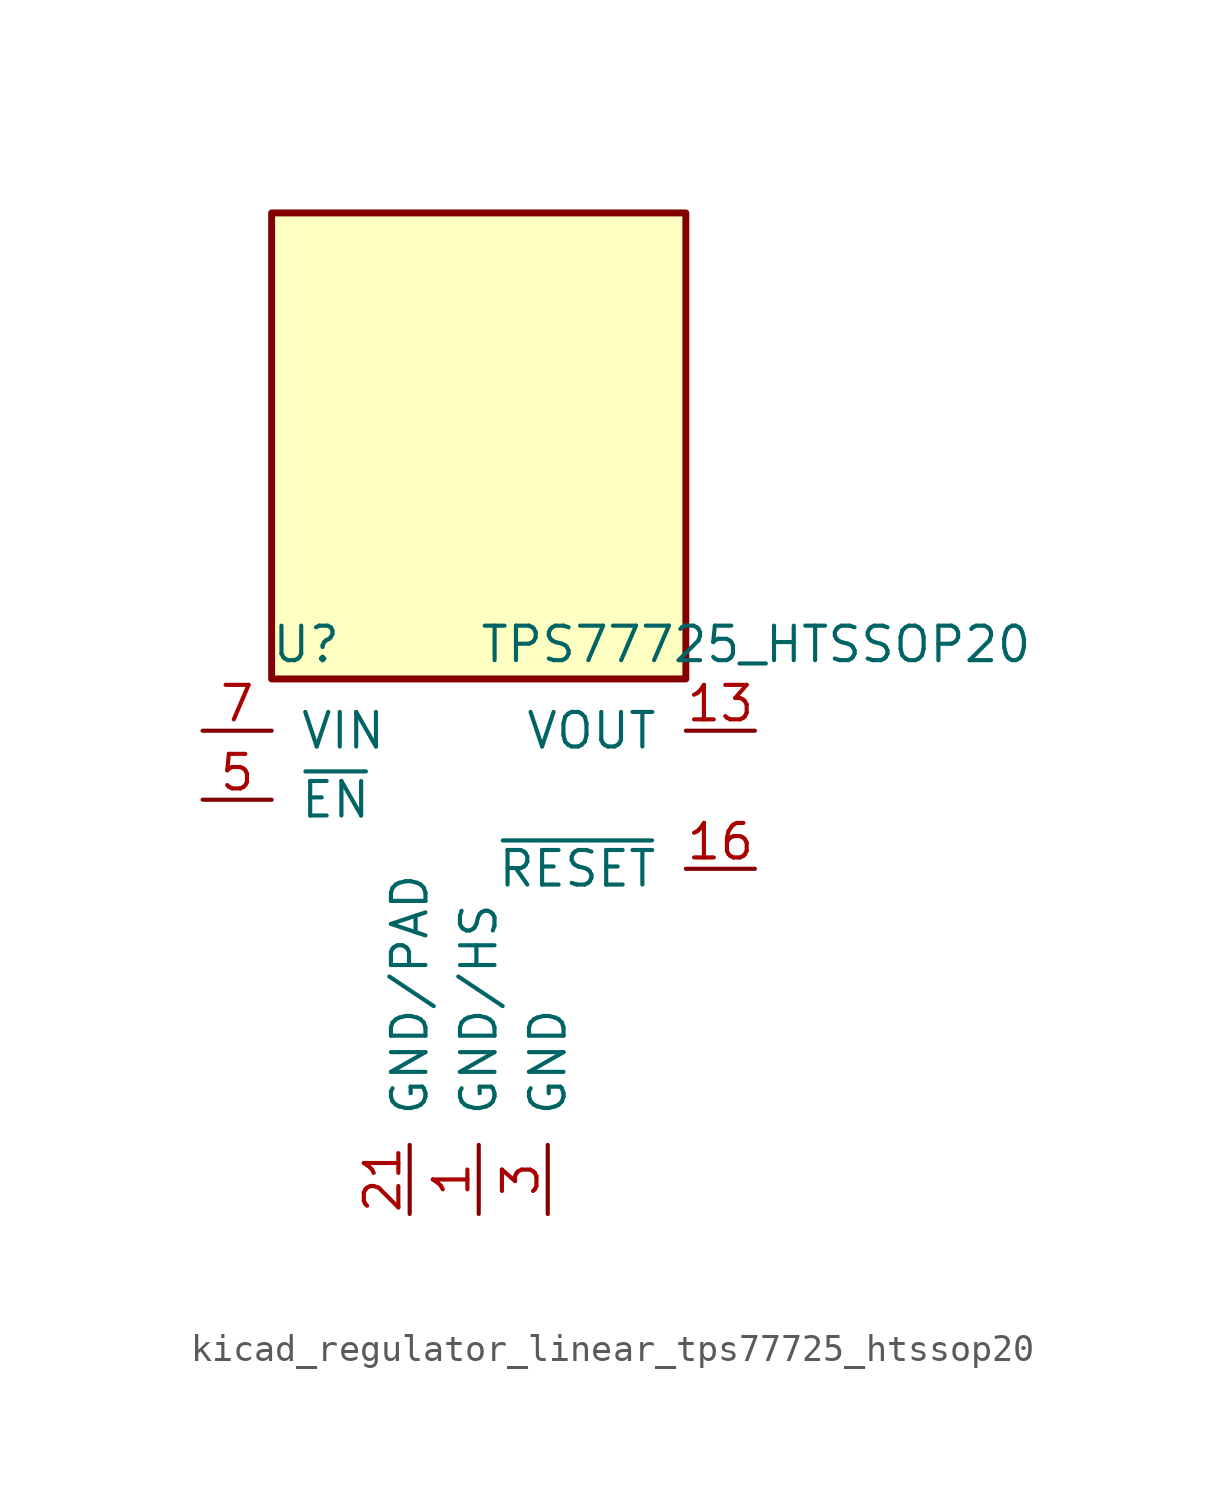
<source format=kicad_sym>
(kicad_symbol_lib
  (version 20220914)
  (generator kicad_symbol_editor)
  (symbol "kicad_regulator_linear_tps77725_htssop20"
    (pin_names
      (offset 1.016))
    (property "Reference" "U"
      (at -6.35 5.715 0)
      (effects (font (size 1.27 1.27))))
    (property "Value" "TPS77725_HTSSOP20"
      (at 0 5.715 0)
      (effects (font (size 1.27 1.27)) (justify left)))
    (symbol "kicad_regulator_linear_tps77725_htssop20_0_1"
      (rectangle (start 7.62 21.59) (end -7.62 4.445) (stroke (width 0.254) (type default)) (fill (type background))))
    (symbol "kicad_regulator_linear_tps77725_htssop20_1_1"
      (pin power_in line (at 0 -15.24 90) (length 2.54) (name "GND/HS" (effects (font (size 1.27 1.27)))) (number "1" (effects (font (size 1.27 1.27)))))
      (pin passive line (at 0 -15.24 90) (length 2.54) hide (name "GND/HS" (effects (font (size 1.27 1.27)))) (number "10" (effects (font (size 1.27 1.27)))))
      (pin passive line (at 0 -15.24 90) (length 2.54) hide (name "GND/HS" (effects (font (size 1.27 1.27)))) (number "11" (effects (font (size 1.27 1.27)))))
      (pin passive line (at 0 -15.24 90) (length 2.54) hide (name "GND/HS" (effects (font (size 1.27 1.27)))) (number "12" (effects (font (size 1.27 1.27)))))
      (pin power_out line (at 10.16 2.54 180) (length 2.54) (name "VOUT" (effects (font (size 1.27 1.27)))) (number "13" (effects (font (size 1.27 1.27)))))
      (pin passive line (at 10.16 2.54 180) (length 2.54) hide (name "VOUT" (effects (font (size 1.27 1.27)))) (number "14" (effects (font (size 1.27 1.27)))))
      (pin no_connect line (at 7.62 0 180) (length 2.54) hide (name "NC" (effects (font (size 1.27 1.27)))) (number "15" (effects (font (size 1.27 1.27)))))
      (pin open_collector line (at 10.16 -2.54 180) (length 2.54) (name "~{RESET}" (effects (font (size 1.27 1.27)))) (number "16" (effects (font (size 1.27 1.27)))))
      (pin no_connect line (at 7.62 -5.08 180) (length 2.54) hide (name "NC" (effects (font (size 1.27 1.27)))) (number "17" (effects (font (size 1.27 1.27)))))
      (pin no_connect line (at 7.62 -7.62 180) (length 2.54) hide (name "NC" (effects (font (size 1.27 1.27)))) (number "18" (effects (font (size 1.27 1.27)))))
      (pin passive line (at 0 -15.24 90) (length 2.54) hide (name "GND/HS" (effects (font (size 1.27 1.27)))) (number "19" (effects (font (size 1.27 1.27)))))
      (pin passive line (at 0 -15.24 90) (length 2.54) hide (name "GND/HS" (effects (font (size 1.27 1.27)))) (number "2" (effects (font (size 1.27 1.27)))))
      (pin passive line (at 0 -15.24 90) (length 2.54) hide (name "GND/HS" (effects (font (size 1.27 1.27)))) (number "20" (effects (font (size 1.27 1.27)))))
      (pin power_in line (at -2.54 -15.24 90) (length 2.54) (name "GND/PAD" (effects (font (size 1.27 1.27)))) (number "21" (effects (font (size 1.27 1.27)))))
      (pin power_in line (at 2.54 -15.24 90) (length 2.54) (name "GND" (effects (font (size 1.27 1.27)))) (number "3" (effects (font (size 1.27 1.27)))))
      (pin no_connect line (at -7.62 -2.54 0) (length 2.54) hide (name "NC" (effects (font (size 1.27 1.27)))) (number "4" (effects (font (size 1.27 1.27)))))
      (pin input line (at -10.16 0 0) (length 2.54) (name "~{EN}" (effects (font (size 1.27 1.27)))) (number "5" (effects (font (size 1.27 1.27)))))
      (pin passive line (at -10.16 2.54 0) (length 2.54) hide (name "VIN" (effects (font (size 1.27 1.27)))) (number "6" (effects (font (size 1.27 1.27)))))
      (pin power_in line (at -10.16 2.54 0) (length 2.54) (name "VIN" (effects (font (size 1.27 1.27)))) (number "7" (effects (font (size 1.27 1.27)))))
      (pin no_connect line (at -7.62 -5.08 0) (length 2.54) hide (name "NC" (effects (font (size 1.27 1.27)))) (number "8" (effects (font (size 1.27 1.27)))))
      (pin passive line (at 0 -15.24 90) (length 2.54) hide (name "GND/HS" (effects (font (size 1.27 1.27)))) (number "9" (effects (font (size 1.27 1.27))))))))
</source>
